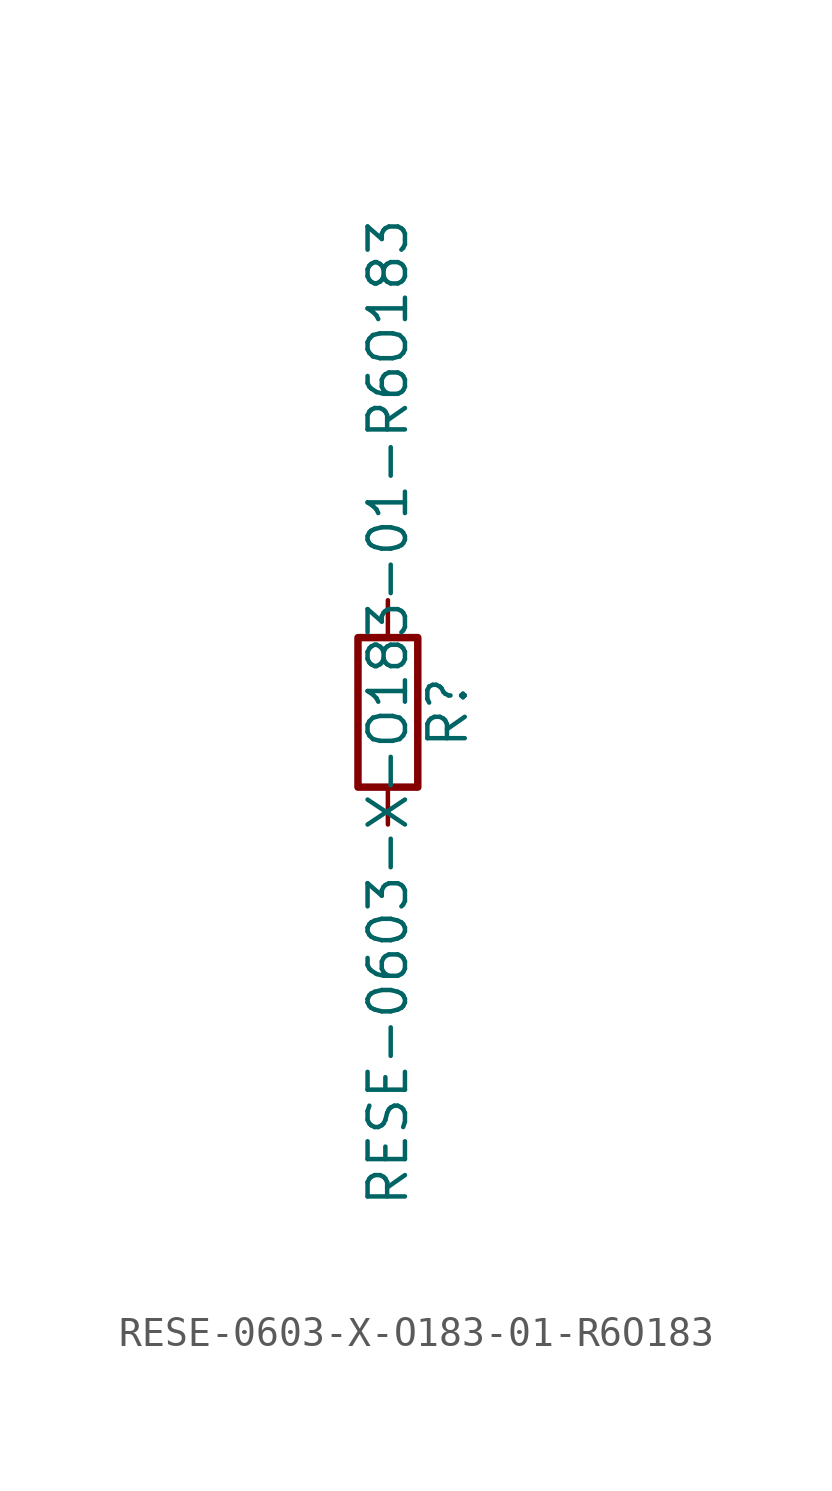
<source format=kicad_sym>
(kicad_symbol_lib
  (version 20211014)
  (generator kicad_symbol_editor)
  (symbol "RESE-0603-X-O183-01-R6O183"
    (pin_numbers hide)
    (pin_names
      (offset 0))
    (property "Reference" "R"
      (at 2.032 0 90)
      (effects (font (size 1.27 1.27))))
    (property "Value" "RESE-0603-X-O183-01-R6O183"
      (at 0 0 90)
      (effects (font (size 1.27 1.27))))
    (symbol "RESE-0603-X-O183-01-R6O183_0_1"
      (rectangle (start -1.016 -2.54) (end 1.016 2.54) (stroke (width 0.254) (type default) (color 0 0 0 0)) (fill (type none))))
    (symbol "RESE-0603-X-O183-01-R6O183_1_1"
      (pin passive line (at 0 3.81 270) (length 1.27) (name "~" (effects (font (size 1.27 1.27)))) (number "1" (effects (font (size 1.27 1.27)))))
      (pin passive line (at 0 -3.81 90) (length 1.27) (name "~" (effects (font (size 1.27 1.27)))) (number "2" (effects (font (size 1.27 1.27))))))))
</source>
